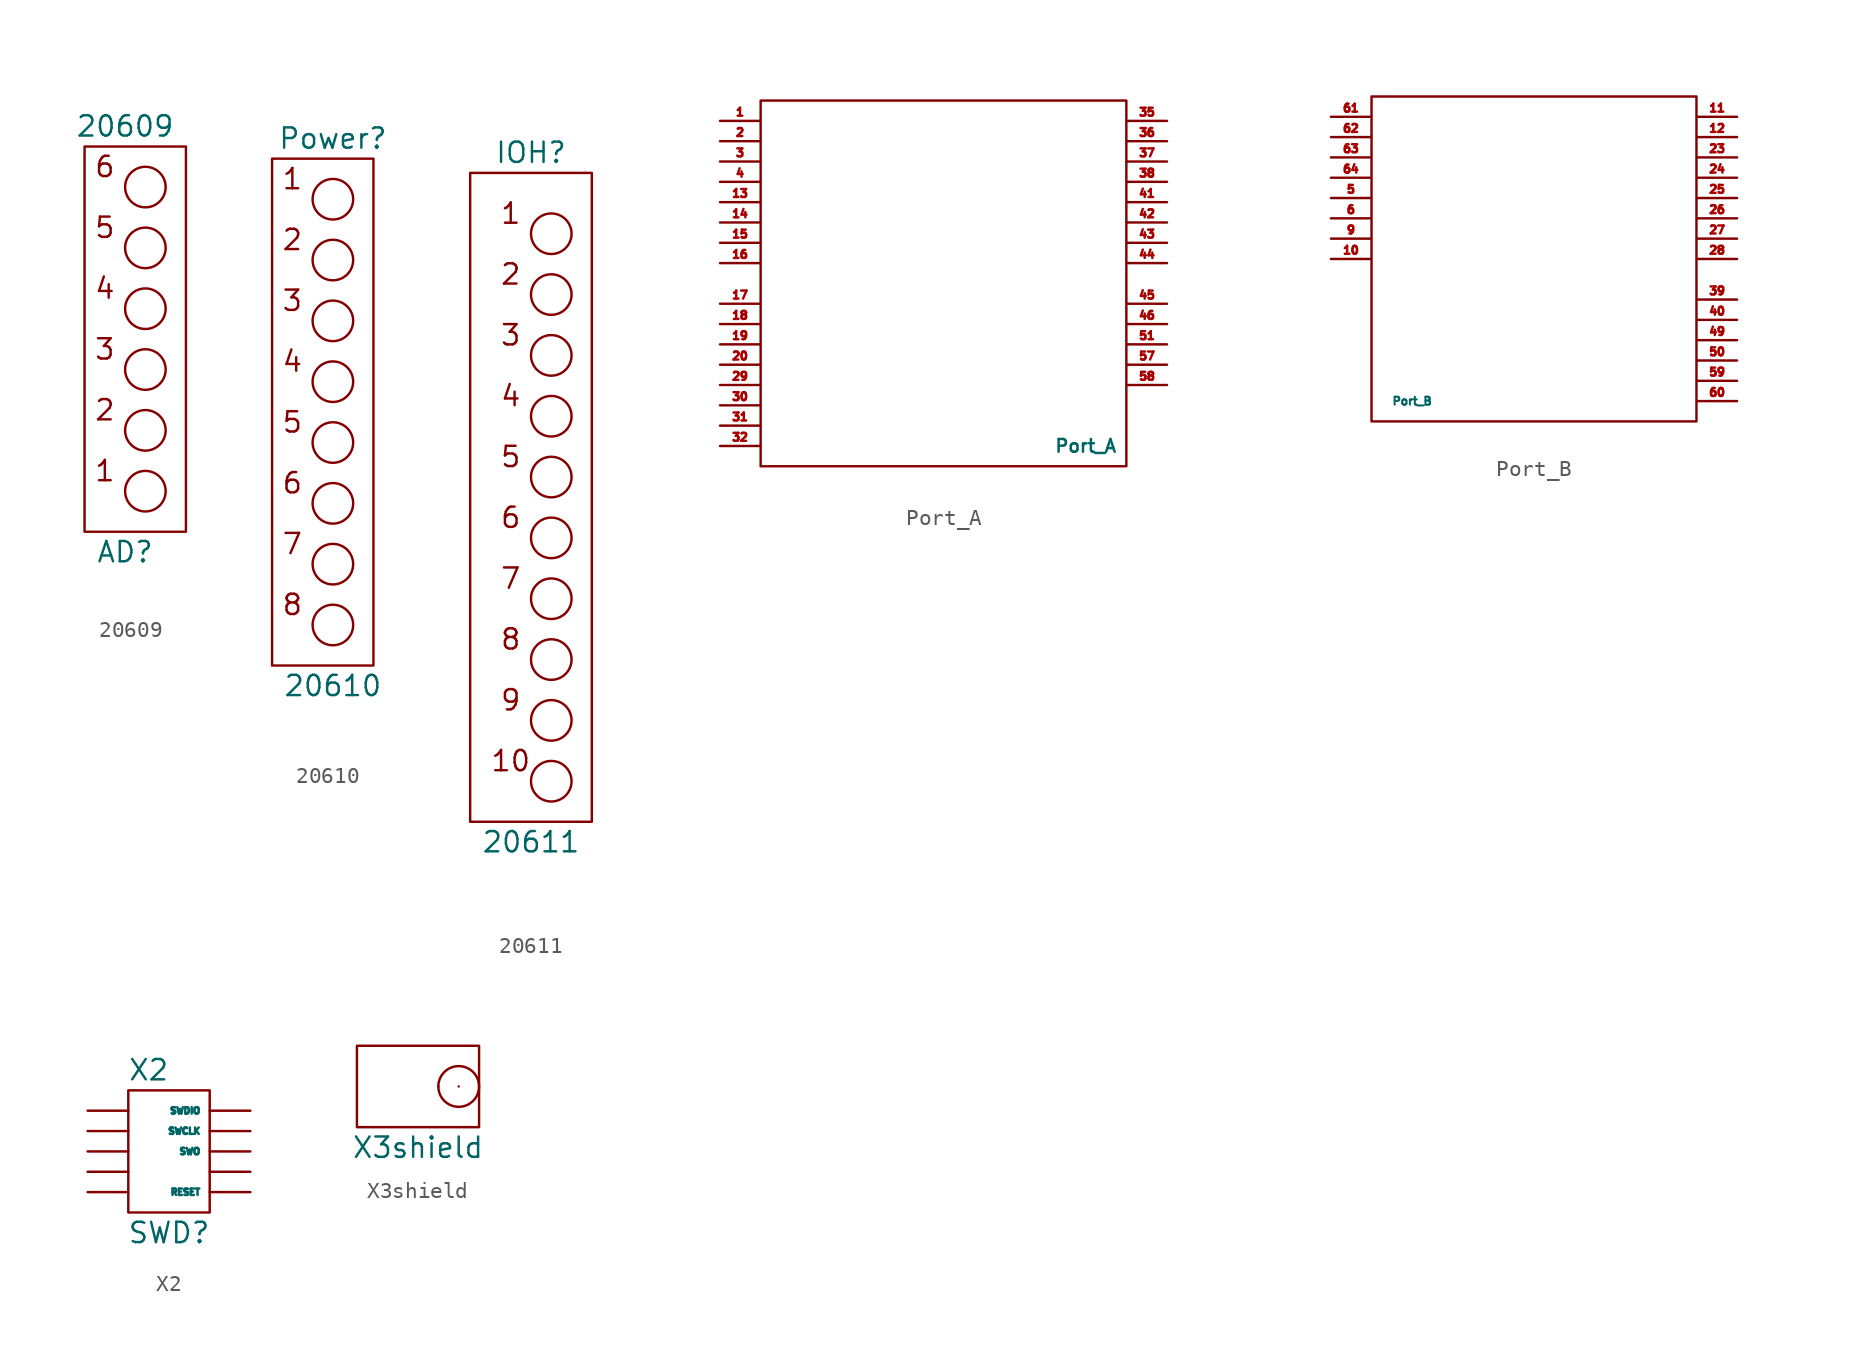
<source format=kicad_sym>
(kicad_symbol_lib
  (version 20211014)
  (generator kicad_symbol_editor)
  (symbol "20609"
    (property "Reference" "AD"
      (at 11.43 -29.21 0)
      (effects (font (size 1.27 1.27))))
    (property "Value" "20609"
      (at 11.43 -2.54 0)
      (effects (font (size 1.27 1.27))))
    (symbol "20609_0_0"
      (circle (center 12.7 -25.4) (radius 1.27) (stroke (width 0) (type default) (color 0 0 0 0)) (fill (type none)))
      (circle (center 12.7 -21.59) (radius 1.27) (stroke (width 0) (type default) (color 0 0 0 0)) (fill (type none)))
      (circle (center 12.7 -17.78) (radius 1.27) (stroke (width 0) (type default) (color 0 0 0 0)) (fill (type none)))
      (circle (center 12.7 -13.97) (radius 1.27) (stroke (width 0) (type default) (color 0 0 0 0)) (fill (type none)))
      (circle (center 12.7 -10.16) (radius 1.27) (stroke (width 0) (type default) (color 0 0 0 0)) (fill (type none)))
      (circle (center 12.7 -6.35) (radius 1.27) (stroke (width 0) (type default) (color 0 0 0 0)) (fill (type none)))
      (rectangle (start 15.24 -3.81) (end 8.89 -27.94) (stroke (width 0) (type default) (color 0 0 0 0)) (fill (type none)))
      (text "1" (at 10.16 -24.13 0) (effects (font (size 1.27 1.27))))
      (text "2" (at 10.16 -20.32 0) (effects (font (size 1.27 1.27))))
      (text "3" (at 10.16 -16.51 0) (effects (font (size 1.27 1.27))))
      (text "4" (at 10.16 -12.7 0) (effects (font (size 1.27 1.27))))
      (text "5" (at 10.16 -8.89 0) (effects (font (size 1.27 1.27))))
      (text "6" (at 10.16 -5.08 0) (effects (font (size 1.27 1.27))))))
  (symbol "20610"
    (property "Reference" "Power"
      (at 8.89 -2.54 0)
      (effects (font (size 1.27 1.27))))
    (property "Value" "20610"
      (at 8.89 -36.83 0)
      (effects (font (size 1.27 1.27))))
    (symbol "20610_0_0"
      (circle (center 8.89 -33.02) (radius 1.27) (stroke (width 0) (type default) (color 0 0 0 0)) (fill (type none)))
      (circle (center 8.89 -29.21) (radius 1.27) (stroke (width 0) (type default) (color 0 0 0 0)) (fill (type none)))
      (circle (center 8.89 -25.4) (radius 1.27) (stroke (width 0) (type default) (color 0 0 0 0)) (fill (type none)))
      (circle (center 8.89 -21.59) (radius 1.27) (stroke (width 0) (type default) (color 0 0 0 0)) (fill (type none)))
      (circle (center 8.89 -17.78) (radius 1.27) (stroke (width 0) (type default) (color 0 0 0 0)) (fill (type none)))
      (circle (center 8.89 -13.97) (radius 1.27) (stroke (width 0) (type default) (color 0 0 0 0)) (fill (type none)))
      (circle (center 8.89 -10.16) (radius 1.27) (stroke (width 0) (type default) (color 0 0 0 0)) (fill (type none)))
      (circle (center 8.89 -6.35) (radius 1.27) (stroke (width 0) (type default) (color 0 0 0 0)) (fill (type none)))
      (rectangle (start 11.43 -3.81) (end 5.08 -35.56) (stroke (width 0) (type default) (color 0 0 0 0)) (fill (type none)))
      (text "1" (at 6.35 -5.08 0) (effects (font (size 1.27 1.27))))
      (text "2" (at 6.35 -8.89 0) (effects (font (size 1.27 1.27))))
      (text "3" (at 6.35 -12.7 0) (effects (font (size 1.27 1.27))))
      (text "4" (at 6.35 -16.51 0) (effects (font (size 1.27 1.27))))
      (text "5" (at 6.35 -20.32 0) (effects (font (size 1.27 1.27))))
      (text "6" (at 6.35 -24.13 0) (effects (font (size 1.27 1.27))))
      (text "7" (at 6.35 -27.94 0) (effects (font (size 1.27 1.27))))
      (text "8" (at 6.35 -31.75 0) (effects (font (size 1.27 1.27))))))
  (symbol "20611"
    (property "Reference" "IOH"
      (at 21.59 -6.35 0)
      (effects (font (size 1.27 1.27))))
    (property "Value" "20611"
      (at 21.59 -49.53 0)
      (effects (font (size 1.27 1.27))))
    (symbol "20611_0_0"
      (circle (center 22.86 -45.72) (radius 1.27) (stroke (width 0) (type default) (color 0 0 0 0)) (fill (type none)))
      (circle (center 22.86 -41.91) (radius 1.27) (stroke (width 0) (type default) (color 0 0 0 0)) (fill (type none)))
      (circle (center 22.86 -38.1) (radius 1.27) (stroke (width 0) (type default) (color 0 0 0 0)) (fill (type none)))
      (circle (center 22.86 -34.29) (radius 1.27) (stroke (width 0) (type default) (color 0 0 0 0)) (fill (type none)))
      (circle (center 22.86 -30.48) (radius 1.27) (stroke (width 0) (type default) (color 0 0 0 0)) (fill (type none)))
      (circle (center 22.86 -26.67) (radius 1.27) (stroke (width 0) (type default) (color 0 0 0 0)) (fill (type none)))
      (circle (center 22.86 -22.86) (radius 1.27) (stroke (width 0) (type default) (color 0 0 0 0)) (fill (type none)))
      (circle (center 22.86 -19.05) (radius 1.27) (stroke (width 0) (type default) (color 0 0 0 0)) (fill (type none)))
      (circle (center 22.86 -15.24) (radius 1.27) (stroke (width 0) (type default) (color 0 0 0 0)) (fill (type none)))
      (circle (center 22.86 -11.43) (radius 1.27) (stroke (width 0) (type default) (color 0 0 0 0)) (fill (type none)))
      (rectangle (start 25.4 -7.62) (end 17.78 -48.26) (stroke (width 0) (type default) (color 0 0 0 0)) (fill (type none)))
      (text "1" (at 20.32 -10.16 0) (effects (font (size 1.27 1.27))))
      (text "10" (at 20.32 -44.45 0) (effects (font (size 1.27 1.27))))
      (text "2" (at 20.32 -13.97 0) (effects (font (size 1.27 1.27))))
      (text "3" (at 20.32 -17.78 0) (effects (font (size 1.27 1.27))))
      (text "4" (at 20.32 -21.59 0) (effects (font (size 1.27 1.27))))
      (text "5" (at 20.32 -25.4 0) (effects (font (size 1.27 1.27))))
      (text "6" (at 20.32 -29.21 0) (effects (font (size 1.27 1.27))))
      (text "7" (at 20.32 -33.02 0) (effects (font (size 1.27 1.27))))
      (text "8" (at 20.32 -36.83 0) (effects (font (size 1.27 1.27))))
      (text "9" (at 20.32 -40.64 0) (effects (font (size 1.27 1.27))))))
  (symbol "Port_A"
    (property "Reference" "U"
      (at 34.29 -29.21 0)
      (effects (font (size 0.8 0.8)) hide))
    (property "Value" "Port_A"
      (at 31.75 -26.67 0)
      (effects (font (size 0.8 0.8))))
    (symbol "Port_A_0_1"
      (rectangle (start 34.29 -5.08) (end 11.43 -27.94) (stroke (width 0) (type default) (color 0 0 0 0)) (fill (type none))))
    (symbol "Port_A_1_1"
      (pin input line (at 8.89 -6.35 0) (length 2.5) (name "" (effects (font (size 0.4 0.4)))) (number "1" (effects (font (size 0.5 0.5)))))
      (pin input line (at 8.89 -11.43 0) (length 2.5) (name "" (effects (font (size 0.4 0.4)))) (number "13" (effects (font (size 0.5 0.5)))))
      (pin input line (at 8.89 -12.7 0) (length 2.5) (name "" (effects (font (size 0.4 0.4)))) (number "14" (effects (font (size 0.5 0.5)))))
      (pin input line (at 8.89 -13.97 0) (length 2.5) (name "" (effects (font (size 0.4 0.4)))) (number "15" (effects (font (size 0.5 0.5)))))
      (pin input line (at 8.89 -15.24 0) (length 2.5) (name "" (effects (font (size 0.4 0.4)))) (number "16" (effects (font (size 0.5 0.5)))))
      (pin input line (at 8.89 -17.78 0) (length 2.5) (name "" (effects (font (size 0.4 0.4)))) (number "17" (effects (font (size 0.5 0.5)))))
      (pin input line (at 8.89 -19.05 0) (length 2.5) (name "" (effects (font (size 0.4 0.4)))) (number "18" (effects (font (size 0.5 0.5)))))
      (pin input line (at 8.89 -20.32 0) (length 2.5) (name "" (effects (font (size 0.4 0.4)))) (number "19" (effects (font (size 0.5 0.5)))))
      (pin input line (at 8.89 -7.62 0) (length 2.5) (name "" (effects (font (size 0.4 0.4)))) (number "2" (effects (font (size 0.5 0.5)))))
      (pin input line (at 8.89 -21.59 0) (length 2.5) (name "" (effects (font (size 0.4 0.4)))) (number "20" (effects (font (size 0.5 0.5)))))
      (pin input line (at 8.89 -22.86 0) (length 2.5) (name "" (effects (font (size 0.4 0.4)))) (number "29" (effects (font (size 0.5 0.5)))))
      (pin input line (at 8.89 -8.89 0) (length 2.5) (name "" (effects (font (size 0.4 0.4)))) (number "3" (effects (font (size 0.5 0.5)))))
      (pin input line (at 8.89 -24.13 0) (length 2.5) (name "" (effects (font (size 0.4 0.4)))) (number "30" (effects (font (size 0.5 0.5)))))
      (pin input line (at 8.89 -25.4 0) (length 2.5) (name "" (effects (font (size 0.4 0.4)))) (number "31" (effects (font (size 0.5 0.5)))))
      (pin input line (at 8.89 -26.67 0) (length 2.5) (name "" (effects (font (size 0.4 0.4)))) (number "32" (effects (font (size 0.5 0.5)))))
      (pin input line (at 36.83 -6.35 180) (length 2.5) (name "" (effects (font (size 0.4 0.4)))) (number "35" (effects (font (size 0.5 0.5)))))
      (pin input line (at 36.83 -7.62 180) (length 2.5) (name "" (effects (font (size 0.4 0.4)))) (number "36" (effects (font (size 0.5 0.5)))))
      (pin input line (at 36.83 -8.89 180) (length 2.5) (name "" (effects (font (size 0.4 0.4)))) (number "37" (effects (font (size 0.5 0.5)))))
      (pin input line (at 36.83 -10.16 180) (length 2.5) (name "" (effects (font (size 0.4 0.4)))) (number "38" (effects (font (size 0.5 0.5)))))
      (pin input line (at 8.89 -10.16 0) (length 2.5) (name "" (effects (font (size 0.4 0.4)))) (number "4" (effects (font (size 0.5 0.5)))))
      (pin input line (at 36.83 -11.43 180) (length 2.5) (name "" (effects (font (size 0.4 0.4)))) (number "41" (effects (font (size 0.5 0.5)))))
      (pin input line (at 36.83 -12.7 180) (length 2.5) (name "" (effects (font (size 0.4 0.4)))) (number "42" (effects (font (size 0.5 0.5)))))
      (pin input line (at 36.83 -13.97 180) (length 2.5) (name "" (effects (font (size 0.4 0.4)))) (number "43" (effects (font (size 0.5 0.5)))))
      (pin input line (at 36.83 -15.24 180) (length 2.5) (name "" (effects (font (size 0.4 0.4)))) (number "44" (effects (font (size 0.5 0.5)))))
      (pin input line (at 36.83 -17.78 180) (length 2.5) (name "" (effects (font (size 0.4 0.4)))) (number "45" (effects (font (size 0.5 0.5)))))
      (pin input line (at 36.83 -19.05 180) (length 2.5) (name "" (effects (font (size 0.4 0.4)))) (number "46" (effects (font (size 0.5 0.5)))))
      (pin input line (at 36.83 -20.32 180) (length 2.5) (name "" (effects (font (size 0.4 0.4)))) (number "51" (effects (font (size 0.5 0.5)))))
      (pin input line (at 36.83 -21.59 180) (length 2.5) (name "" (effects (font (size 0.4 0.4)))) (number "57" (effects (font (size 0.5 0.5)))))
      (pin input line (at 36.83 -22.86 180) (length 2.5) (name "" (effects (font (size 0.4 0.4)))) (number "58" (effects (font (size 0.5 0.5)))))))
  (symbol "Port_B"
    (property "Reference" "U"
      (at 2.54 -26.67 0)
      (effects (font (size 1.27 1.27)) hide))
    (property "Value" "Port_B"
      (at 6.35 -25.4 0)
      (effects (font (size 0.5 0.5))))
    (symbol "Port_B_0_1"
      (rectangle (start 24.13 -6.35) (end 3.81 -26.67) (stroke (width 0) (type default) (color 0 0 0 0)) (fill (type none))))
    (symbol "Port_B_1_1"
      (pin input line (at 1.27 -16.51 0) (length 2.5) (name "" (effects (font (size 0.4 0.4)))) (number "10" (effects (font (size 0.5 0.5)))))
      (pin input line (at 26.67 -7.62 180) (length 2.5) (name "" (effects (font (size 0.4 0.4)))) (number "11" (effects (font (size 0.5 0.5)))))
      (pin input line (at 26.67 -8.89 180) (length 2.5) (name "" (effects (font (size 0.4 0.4)))) (number "12" (effects (font (size 0.5 0.5)))))
      (pin input line (at 26.67 -10.16 180) (length 2.5) (name "" (effects (font (size 0.4 0.4)))) (number "23" (effects (font (size 0.5 0.5)))))
      (pin input line (at 26.67 -11.43 180) (length 2.5) (name "" (effects (font (size 0.4 0.4)))) (number "24" (effects (font (size 0.5 0.5)))))
      (pin input line (at 26.67 -12.7 180) (length 2.5) (name "" (effects (font (size 0.4 0.4)))) (number "25" (effects (font (size 0.5 0.5)))))
      (pin input line (at 26.67 -13.97 180) (length 2.5) (name "" (effects (font (size 0.4 0.4)))) (number "26" (effects (font (size 0.5 0.5)))))
      (pin input line (at 26.67 -15.24 180) (length 2.5) (name "" (effects (font (size 0.4 0.4)))) (number "27" (effects (font (size 0.5 0.5)))))
      (pin input line (at 26.67 -16.51 180) (length 2.5) (name "" (effects (font (size 0.4 0.4)))) (number "28" (effects (font (size 0.5 0.5)))))
      (pin input line (at 26.67 -19.05 180) (length 2.5) (name "" (effects (font (size 0.4 0.4)))) (number "39" (effects (font (size 0.5 0.5)))))
      (pin input line (at 26.67 -20.32 180) (length 2.5) (name "" (effects (font (size 0.4 0.4)))) (number "40" (effects (font (size 0.5 0.5)))))
      (pin input line (at 26.67 -21.59 180) (length 2.5) (name "" (effects (font (size 0.4 0.4)))) (number "49" (effects (font (size 0.5 0.5)))))
      (pin input line (at 1.27 -12.7 0) (length 2.5) (name "" (effects (font (size 0.4 0.4)))) (number "5" (effects (font (size 0.5 0.5)))))
      (pin input line (at 26.67 -22.86 180) (length 2.5) (name "" (effects (font (size 0.4 0.4)))) (number "50" (effects (font (size 0.5 0.5)))))
      (pin input line (at 26.67 -24.13 180) (length 2.5) (name "" (effects (font (size 0.4 0.4)))) (number "59" (effects (font (size 0.5 0.5)))))
      (pin input line (at 1.27 -13.97 0) (length 2.5) (name "" (effects (font (size 0.4 0.4)))) (number "6" (effects (font (size 0.5 0.5)))))
      (pin input line (at 26.67 -25.4 180) (length 2.5) (name "" (effects (font (size 0.4 0.4)))) (number "60" (effects (font (size 0.5 0.5)))))
      (pin input line (at 1.27 -7.62 0) (length 2.5) (name "" (effects (font (size 0.4 0.4)))) (number "61" (effects (font (size 0.5 0.5)))))
      (pin input line (at 1.27 -8.89 0) (length 2.5) (name "" (effects (font (size 0.4 0.4)))) (number "62" (effects (font (size 0.5 0.5)))))
      (pin input line (at 1.27 -10.16 0) (length 2.5) (name "" (effects (font (size 0.4 0.4)))) (number "63" (effects (font (size 0.5 0.5)))))
      (pin input line (at 1.27 -11.43 0) (length 2.5) (name "" (effects (font (size 0.4 0.4)))) (number "64" (effects (font (size 0.5 0.5)))))
      (pin input line (at 1.27 -15.24 0) (length 2.5) (name "" (effects (font (size 0.4 0.4)))) (number "9" (effects (font (size 0.5 0.5)))))))
  (symbol "X2"
    (property "Reference" "SWD"
      (at 0 -10.16 0)
      (effects (font (size 1.27 1.27))))
    (property "Value" "X2"
      (at -1.27 0 0)
      (effects (font (size 1.27 1.27))))
    (symbol "X2_0_1"
      (rectangle (start -2.54 -1.27) (end 2.54 -8.89) (stroke (width 0) (type default) (color 0 0 0 0)) (fill (type none))))
    (symbol "X2_1_1"
      (pin input line (at -5.08 -7.62 0) (length 2.54) (name "" (effects (font (size 1.27 1.27)))) (number "" (effects (font (size 1.27 1.27)))))
      (pin input line (at -5.08 -6.35 0) (length 2.54) (name "" (effects (font (size 1.27 1.27)))) (number "" (effects (font (size 1.27 1.27)))))
      (pin input line (at -5.08 -5.08 0) (length 2.54) (name "" (effects (font (size 1.27 1.27)))) (number "" (effects (font (size 1.27 1.27)))))
      (pin input line (at -5.08 -3.81 0) (length 2.54) (name "" (effects (font (size 1.27 1.27)))) (number "" (effects (font (size 1.27 1.27)))))
      (pin input line (at -5.08 -2.54 0) (length 2.54) (name "" (effects (font (size 1.27 1.27)))) (number "" (effects (font (size 1.27 1.27)))))
      (pin input line (at 5.08 -6.35 180) (length 2.54) (name "" (effects (font (size 1.27 1.27)))) (number "" (effects (font (size 1.27 1.27)))))
      (pin input line (at 5.08 -7.62 180) (length 2.54) (name "RESET" (effects (font (size 0.4 0.4)))) (number "" (effects (font (size 1.27 1.27)))))
      (pin input line (at 5.08 -3.81 180) (length 2.54) (name "SWCLK" (effects (font (size 0.4 0.4)))) (number "" (effects (font (size 1.27 1.27)))))
      (pin input line (at 5.08 -2.54 180) (length 2.54) (name "SWDIO" (effects (font (size 0.4 0.4)))) (number "" (effects (font (size 1.27 1.27)))))
      (pin input line (at 5.08 -5.08 180) (length 2.54) (name "SWO" (effects (font (size 0.4 0.4)))) (number "" (effects (font (size 1.27 1.27)))))))
  (symbol "X3shield"
    (property "Reference" "U"
      (at -10.16 15.24 0)
      (effects (font (size 1.27 1.27)) hide))
    (property "Value" "X3shield"
      (at -6.35 7.62 0)
      (effects (font (size 1.27 1.27))))
    (symbol "X3shield_0_1"
      (rectangle (start -10.16 13.97) (end -2.54 8.89) (stroke (width 0) (type default) (color 0 0 0 0)) (fill (type none)))
      (circle (center -3.81 11.43) (radius 1.27) (stroke (width 0) (type default) (color 0 0 0 0)) (fill (type none))))
    (symbol "X3shield_1_1"
      (pin input line (at -5.08 11.43 180) (length 0) (name "" (effects (font (size 0.4 0.4)))) (number "" (effects (font (size 1.27 1.27)))))
      (pin input line (at -3.81 11.43 180) (length 0) (name "" (effects (font (size 0.4 0.4)))) (number "" (effects (font (size 1.27 1.27))))))))
</source>
